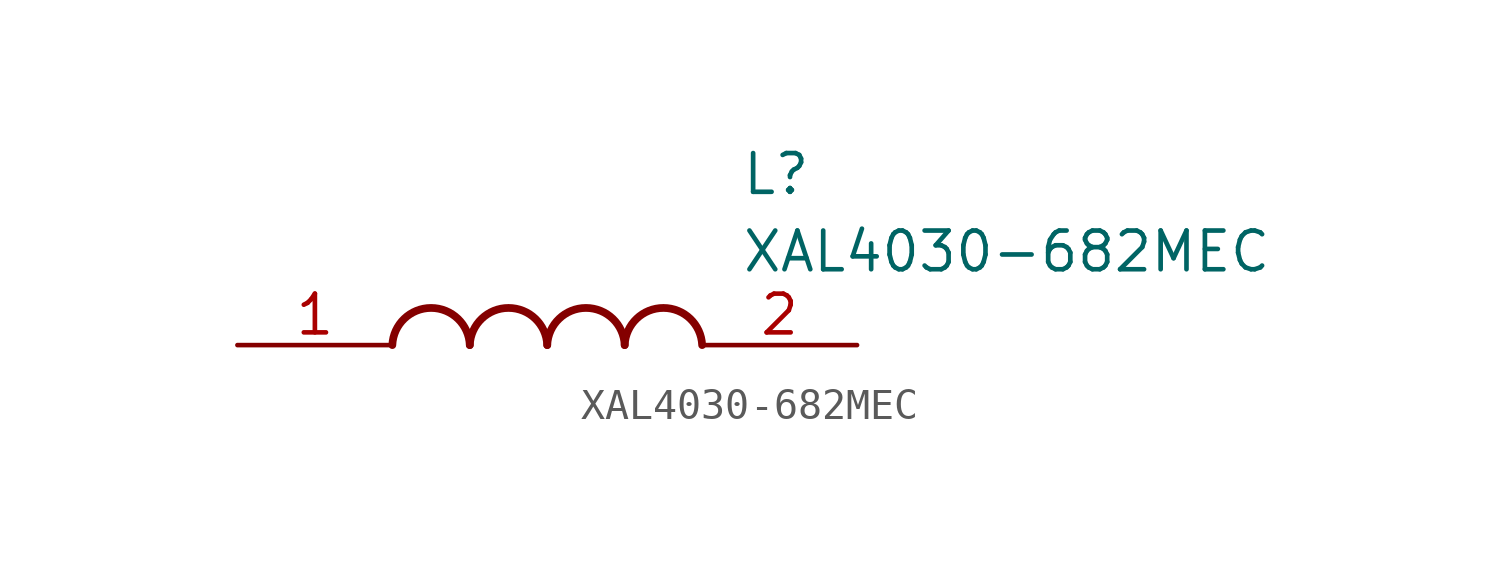
<source format=kicad_sym>
(kicad_symbol_lib
  (version 20211014)
  (generator SamacSys_ECAD_Model)
  (symbol "XAL4030-682MEC"
    (pin_names hide)
    (property "Reference" "L"
      (at 16.51 6.35 0)
      (effects (font (size 1.27 1.27)) (justify left top)))
    (property "Value" "XAL4030-682MEC"
      (at 16.51 3.81 0)
      (effects (font (size 1.27 1.27)) (justify left top)))
    (arc
      (start 7.62 0)
      (mid 6.35 1.219)
      (end 5.08 0)
      (stroke (width 0.254) (type default))
      (fill (type none)))
    (arc
      (start 10.16 0)
      (mid 8.89 1.219)
      (end 7.62 0)
      (stroke (width 0.254) (type default))
      (fill (type none)))
    (arc
      (start 12.7 0)
      (mid 11.43 1.219)
      (end 10.16 0)
      (stroke (width 0.254) (type default))
      (fill (type none)))
    (arc
      (start 15.24 0)
      (mid 13.97 1.219)
      (end 12.7 0)
      (stroke (width 0.254) (type default))
      (fill (type none)))
    (pin passive line
      (at 0 0 0)
      (length 5.08)
      (name "1" (effects (font (size 1.27 1.27))))
      (number "1" (effects (font (size 1.27 1.27)))))
    (pin passive line
      (at 20.32 0 180)
      (length 5.08)
      (name "2" (effects (font (size 1.27 1.27))))
      (number "2" (effects (font (size 1.27 1.27)))))))
</source>
